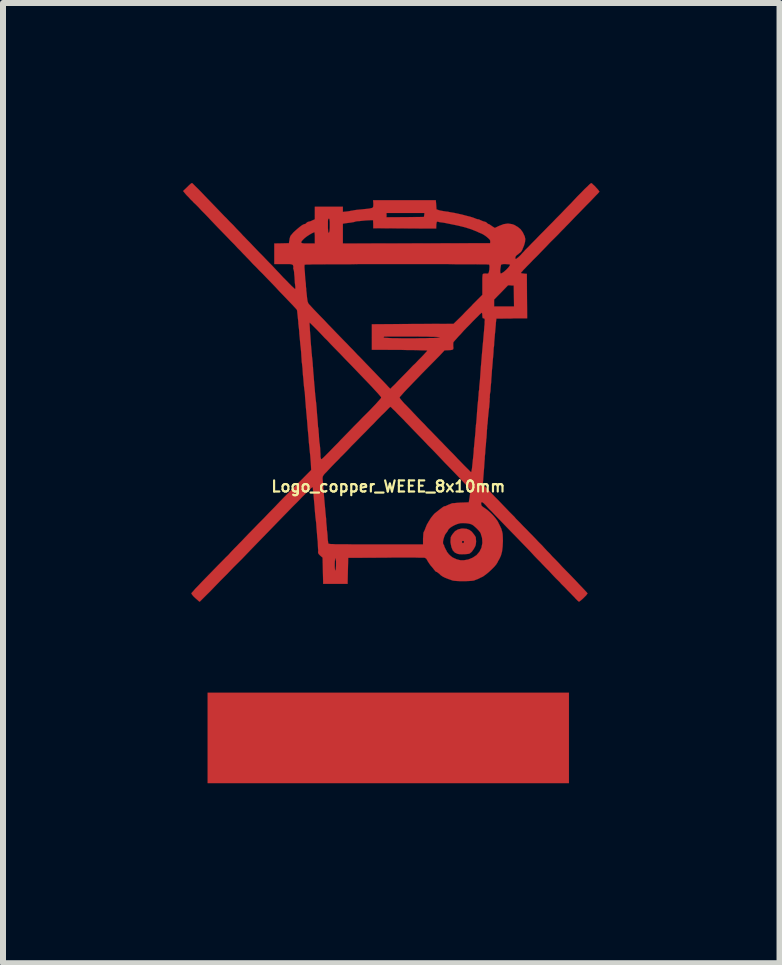
<source format=kicad_pcb>
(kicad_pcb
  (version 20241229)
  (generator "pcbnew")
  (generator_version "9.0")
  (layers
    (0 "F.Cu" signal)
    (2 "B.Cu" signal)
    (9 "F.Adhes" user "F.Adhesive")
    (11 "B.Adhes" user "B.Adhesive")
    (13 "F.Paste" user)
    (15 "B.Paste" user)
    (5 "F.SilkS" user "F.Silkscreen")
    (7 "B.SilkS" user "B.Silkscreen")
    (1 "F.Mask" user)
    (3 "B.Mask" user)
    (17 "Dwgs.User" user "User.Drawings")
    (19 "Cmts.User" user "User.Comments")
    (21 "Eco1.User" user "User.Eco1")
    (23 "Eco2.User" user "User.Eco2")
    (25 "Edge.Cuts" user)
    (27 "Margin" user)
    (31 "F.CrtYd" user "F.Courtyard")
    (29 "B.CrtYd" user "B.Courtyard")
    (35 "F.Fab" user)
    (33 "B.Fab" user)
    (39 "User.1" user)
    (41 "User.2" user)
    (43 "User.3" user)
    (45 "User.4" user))
  (footprint "Logo_copper_WEEE_8x10mm"
    (layer "F.Cu")
    (at 3.42 5.056)
    (property "Reference" "Logo_copper_WEEE_8x10mm" (at 0 0 0) (layer "F.SilkS") (effects (font (size 0.185 0.185) (thickness 0.036))))
    (attr exclude_from_pos_files exclude_from_bom)
    (fp_poly (pts (xy 3.01 4.943) (xy 0 4.943) (xy -3.01 4.943) (xy -3.01 4.188) (xy -3.01 3.437) (xy 0 3.437) (xy 3.01 3.437) (xy 3.01 4.188) (xy 3.01 4.943)) (stroke (width 0.003) (type solid)) (fill yes) (layer "F.Cu"))
    (fp_poly (pts (xy 1.463 0.914) (xy 1.46 0.953) (xy 1.455 0.98) (xy 1.443 1.008) (xy 1.422 1.044) (xy 1.392 1.087) (xy 1.364 1.11) (xy 1.349 1.12) (xy 1.318 1.125) (xy 1.278 1.128) (xy 1.262 1.128) (xy 1.262 0.917) (xy 1.252 0.907) (xy 1.237 0.907) (xy 1.232 0.909) (xy 1.227 0.927) (xy 1.234 0.94) (xy 1.245 0.945) (xy 1.257 0.937) (xy 1.26 0.932) (xy 1.262 0.917) (xy 1.262 1.128) (xy 1.229 1.13) (xy 1.186 1.128) (xy 1.156 1.123) (xy 1.11 1.102) (xy 1.074 1.064) (xy 1.052 1.011) (xy 1.039 0.945) (xy 1.036 0.914) (xy 1.039 0.874) (xy 1.041 0.846) (xy 1.054 0.82) (xy 1.072 0.792) (xy 1.113 0.744) (xy 1.161 0.716) (xy 1.222 0.701) (xy 1.25 0.701) (xy 1.306 0.706) (xy 1.351 0.724) (xy 1.392 0.754) (xy 1.422 0.792) (xy 1.445 0.823) (xy 1.458 0.848) (xy 1.46 0.876) (xy 1.463 0.914)) (stroke (width 0.003) (type solid)) (fill yes) (layer "F.Cu"))
    (fp_poly (pts (xy 3.518 -4.912) (xy 3.51 -4.902) (xy 3.49 -4.879) (xy 3.457 -4.846) (xy 3.416 -4.803) (xy 3.368 -4.752) (xy 3.315 -4.699) (xy 3.297 -4.681) (xy 3.236 -4.618) (xy 3.172 -4.552) (xy 3.109 -4.488) (xy 3.051 -4.427) (xy 3.002 -4.376) (xy 2.964 -4.338) (xy 2.931 -4.303) (xy 2.885 -4.257) (xy 2.83 -4.199) (xy 2.766 -4.135) (xy 2.697 -4.067) (xy 2.629 -3.995) (xy 2.56 -3.924) (xy 2.479 -3.84) (xy 2.41 -3.772) (xy 2.357 -3.716) (xy 2.311 -3.67) (xy 2.278 -3.635) (xy 2.25 -3.607) (xy 2.233 -3.586) (xy 2.22 -3.574) (xy 2.215 -3.566) (xy 2.21 -3.559) (xy 2.212 -3.556) (xy 2.225 -3.551) (xy 2.253 -3.548) (xy 2.263 -3.546) (xy 2.309 -3.543) (xy 2.311 -3.172) (xy 2.314 -2.802) (xy 2.095 -2.802) (xy 2.095 -3) (xy 2.093 -3.172) (xy 2.09 -3.348) (xy 2.045 -3.35) (xy 2.029 -3.353) (xy 2.029 -3.691) (xy 2.029 -3.693) (xy 2.017 -3.701) (xy 1.989 -3.703) (xy 1.956 -3.706) (xy 1.92 -3.706) (xy 1.892 -3.701) (xy 1.882 -3.698) (xy 1.877 -3.686) (xy 1.872 -3.658) (xy 1.867 -3.625) (xy 1.864 -3.592) (xy 1.867 -3.564) (xy 1.867 -3.559) (xy 1.875 -3.548) (xy 1.895 -3.556) (xy 1.925 -3.576) (xy 1.963 -3.609) (xy 1.971 -3.617) (xy 1.999 -3.647) (xy 2.019 -3.673) (xy 2.029 -3.691) (xy 2.029 -3.353) (xy 1.996 -3.353) (xy 1.88 -3.233) (xy 1.763 -3.114) (xy 1.763 -3.056) (xy 1.763 -3) (xy 1.93 -3) (xy 2.095 -3) (xy 2.095 -2.802) (xy 2.057 -2.799) (xy 1.801 -2.797) (xy 1.793 -2.728) (xy 1.791 -2.692) (xy 1.786 -2.639) (xy 1.781 -2.581) (xy 1.775 -2.522) (xy 1.775 -2.515) (xy 1.77 -2.459) (xy 1.765 -2.403) (xy 1.763 -2.355) (xy 1.76 -2.324) (xy 1.758 -2.319) (xy 1.755 -2.286) (xy 1.753 -2.235) (xy 1.748 -2.174) (xy 1.742 -2.111) (xy 1.737 -2.045) (xy 1.732 -1.986) (xy 1.727 -1.938) (xy 1.727 -1.935) (xy 1.725 -1.902) (xy 1.722 -1.854) (xy 1.717 -1.796) (xy 1.714 -1.735) (xy 1.712 -1.72) (xy 1.707 -1.664) (xy 1.704 -1.618) (xy 1.702 -1.582) (xy 1.699 -1.572) (xy 1.699 -4.079) (xy 1.697 -4.1) (xy 1.684 -4.12) (xy 1.656 -4.145) (xy 1.651 -4.15) (xy 1.618 -4.176) (xy 1.582 -4.199) (xy 1.56 -4.211) (xy 1.521 -4.227) (xy 1.483 -4.244) (xy 1.478 -4.247) (xy 1.384 -4.285) (xy 1.28 -4.318) (xy 1.158 -4.348) (xy 1.021 -4.376) (xy 0.942 -4.392) (xy 0.897 -4.399) (xy 0.856 -4.404) (xy 0.828 -4.412) (xy 0.818 -4.412) (xy 0.81 -4.412) (xy 0.805 -4.397) (xy 0.8 -4.366) (xy 0.8 -4.356) (xy 0.798 -4.298) (xy 0.602 -4.298) (xy 0.602 -4.557) (xy 0.284 -4.557) (xy -0.03 -4.557) (xy -0.03 -4.521) (xy -0.03 -4.486) (xy 0.282 -4.488) (xy 0.594 -4.491) (xy 0.599 -4.524) (xy 0.602 -4.557) (xy 0.602 -4.298) (xy 0.272 -4.3) (xy -0.251 -4.303) (xy -0.251 -4.371) (xy -0.254 -4.437) (xy -0.295 -4.437) (xy -0.338 -4.435) (xy -0.386 -4.432) (xy -0.437 -4.427) (xy -0.483 -4.422) (xy -0.521 -4.42) (xy -0.546 -4.415) (xy -0.554 -4.412) (xy -0.569 -4.407) (xy -0.599 -4.402) (xy -0.627 -4.397) (xy -0.668 -4.392) (xy -0.706 -4.387) (xy -0.724 -4.384) (xy -0.757 -4.379) (xy -0.757 -4.214) (xy -0.757 -4.049) (xy 0.467 -4.051) (xy 1.697 -4.054) (xy 1.699 -4.079) (xy 1.699 -1.572) (xy 1.697 -1.56) (xy 1.697 -1.557) (xy 1.694 -1.544) (xy 1.692 -1.516) (xy 1.692 -1.478) (xy 1.689 -1.466) (xy 1.689 -1.417) (xy 1.687 -1.4) (xy 1.687 -3.663) (xy 1.684 -3.688) (xy 1.679 -3.698) (xy 1.666 -3.698) (xy 1.636 -3.701) (xy 1.585 -3.701) (xy 1.519 -3.701) (xy 1.438 -3.703) (xy 1.344 -3.703) (xy 1.237 -3.703) (xy 1.12 -3.703) (xy 0.993 -3.706) (xy 0.856 -3.706) (xy 0.714 -3.706) (xy 0.566 -3.706) (xy 0.417 -3.706) (xy 0.262 -3.706) (xy 0.107 -3.706) (xy -0.046 -3.706) (xy -0.198 -3.706) (xy -0.348 -3.706) (xy -0.493 -3.706) (xy -0.632 -3.703) (xy -0.765 -3.703) (xy -0.886 -3.703) (xy -0.975 -3.703) (xy -0.975 -4.351) (xy -0.975 -4.402) (xy -0.978 -4.435) (xy -0.98 -4.455) (xy -0.986 -4.463) (xy -0.991 -4.463) (xy -0.998 -4.46) (xy -1.003 -4.448) (xy -1.006 -4.425) (xy -1.006 -4.384) (xy -1.006 -4.351) (xy -1.006 -4.305) (xy -1.003 -4.267) (xy -1.001 -4.242) (xy -1.001 -4.232) (xy -0.991 -4.229) (xy -0.983 -4.239) (xy -0.978 -4.267) (xy -0.975 -4.315) (xy -0.975 -4.351) (xy -0.975 -3.703) (xy -1.001 -3.703) (xy -1.102 -3.701) (xy -1.191 -3.701) (xy -1.224 -3.701) (xy -1.224 -4.049) (xy -1.224 -4.143) (xy -1.224 -4.183) (xy -1.227 -4.214) (xy -1.229 -4.234) (xy -1.232 -4.237) (xy -1.252 -4.229) (xy -1.283 -4.214) (xy -1.321 -4.191) (xy -1.359 -4.166) (xy -1.392 -4.14) (xy -1.4 -4.133) (xy -1.433 -4.1) (xy -1.45 -4.077) (xy -1.45 -4.061) (xy -1.435 -4.054) (xy -1.402 -4.049) (xy -1.349 -4.049) (xy -1.339 -4.049) (xy -1.224 -4.049) (xy -1.224 -3.701) (xy -1.267 -3.701) (xy -1.326 -3.698) (xy -1.367 -3.698) (xy -1.392 -3.696) (xy -1.394 -3.696) (xy -1.397 -3.683) (xy -1.397 -3.653) (xy -1.394 -3.607) (xy -1.389 -3.553) (xy -1.387 -3.505) (xy -1.382 -3.442) (xy -1.374 -3.381) (xy -1.372 -3.327) (xy -1.367 -3.287) (xy -1.367 -3.269) (xy -1.359 -3.2) (xy -1.354 -3.147) (xy -1.349 -3.109) (xy -1.344 -3.081) (xy -1.336 -3.061) (xy -1.328 -3.045) (xy -1.318 -3.033) (xy -1.303 -3.018) (xy -1.278 -2.99) (xy -1.24 -2.949) (xy -1.191 -2.898) (xy -1.135 -2.84) (xy -1.072 -2.776) (xy -1.006 -2.705) (xy -0.937 -2.634) (xy -0.866 -2.56) (xy -0.795 -2.487) (xy -0.726 -2.416) (xy -0.693 -2.383) (xy -0.645 -2.332) (xy -0.594 -2.281) (xy -0.549 -2.233) (xy -0.511 -2.192) (xy -0.485 -2.167) (xy -0.437 -2.118) (xy -0.384 -2.062) (xy -0.328 -2.004) (xy -0.272 -1.946) (xy -0.213 -1.885) (xy -0.157 -1.826) (xy -0.107 -1.775) (xy -0.061 -1.727) (xy -0.025 -1.689) (xy 0 -1.661) (xy 0.015 -1.646) (xy 0.018 -1.643) (xy 0.03 -1.631) (xy 0.033 -1.628) (xy 0.043 -1.636) (xy 0.061 -1.656) (xy 0.091 -1.684) (xy 0.127 -1.72) (xy 0.145 -1.74) (xy 0.185 -1.781) (xy 0.234 -1.831) (xy 0.292 -1.89) (xy 0.351 -1.951) (xy 0.411 -2.014) (xy 0.452 -2.052) (xy 0.503 -2.106) (xy 0.551 -2.154) (xy 0.592 -2.197) (xy 0.622 -2.23) (xy 0.643 -2.253) (xy 0.65 -2.263) (xy 0.643 -2.266) (xy 0.612 -2.268) (xy 0.564 -2.268) (xy 0.5 -2.271) (xy 0.419 -2.273) (xy 0.323 -2.273) (xy 0.211 -2.276) (xy 0.188 -2.276) (xy -0.274 -2.278) (xy -0.274 -2.492) (xy -0.274 -2.703) (xy 0.406 -2.708) (xy 1.087 -2.71) (xy 1.163 -2.784) (xy 1.194 -2.814) (xy 1.237 -2.857) (xy 1.285 -2.908) (xy 1.339 -2.962) (xy 1.392 -3.015) (xy 1.402 -3.028) (xy 1.567 -3.193) (xy 1.567 -3.365) (xy 1.567 -3.429) (xy 1.567 -3.475) (xy 1.57 -3.508) (xy 1.572 -3.526) (xy 1.575 -3.538) (xy 1.582 -3.543) (xy 1.59 -3.546) (xy 1.613 -3.548) (xy 1.623 -3.548) (xy 1.651 -3.546) (xy 1.669 -3.553) (xy 1.676 -3.574) (xy 1.684 -3.609) (xy 1.684 -3.619) (xy 1.687 -3.663) (xy 1.687 -1.4) (xy 1.684 -1.367) (xy 1.681 -1.328) (xy 1.681 -1.326) (xy 1.676 -1.288) (xy 1.671 -1.24) (xy 1.666 -1.189) (xy 1.661 -1.143) (xy 1.659 -1.105) (xy 1.656 -1.077) (xy 1.656 -1.074) (xy 1.654 -1.049) (xy 1.648 -1.011) (xy 1.646 -0.965) (xy 1.643 -0.932) (xy 1.641 -0.884) (xy 1.638 -0.841) (xy 1.636 -0.805) (xy 1.633 -0.792) (xy 1.631 -0.767) (xy 1.628 -0.726) (xy 1.626 -0.693) (xy 1.623 -0.665) (xy 1.618 -0.62) (xy 1.615 -0.561) (xy 1.608 -0.493) (xy 1.608 -0.465) (xy 1.608 -2.774) (xy 1.605 -2.789) (xy 1.6 -2.797) (xy 1.595 -2.802) (xy 1.587 -2.802) (xy 1.575 -2.804) (xy 1.57 -2.817) (xy 1.567 -2.842) (xy 1.567 -2.85) (xy 1.565 -2.878) (xy 1.56 -2.893) (xy 1.557 -2.896) (xy 1.547 -2.888) (xy 1.524 -2.868) (xy 1.494 -2.837) (xy 1.453 -2.797) (xy 1.407 -2.751) (xy 1.359 -2.7) (xy 1.308 -2.649) (xy 1.257 -2.596) (xy 1.212 -2.545) (xy 1.168 -2.499) (xy 1.133 -2.459) (xy 1.105 -2.428) (xy 1.09 -2.41) (xy 1.085 -2.405) (xy 1.082 -2.38) (xy 1.082 -2.347) (xy 1.082 -2.339) (xy 1.085 -2.311) (xy 1.082 -2.289) (xy 1.079 -2.286) (xy 1.067 -2.278) (xy 1.039 -2.273) (xy 1.006 -2.271) (xy 0.937 -2.268) (xy 0.859 -2.184) (xy 0.859 -2.484) (xy 0.853 -2.487) (xy 0.838 -2.489) (xy 0.81 -2.492) (xy 0.772 -2.494) (xy 0.719 -2.494) (xy 0.648 -2.497) (xy 0.561 -2.497) (xy 0.457 -2.499) (xy 0.396 -2.499) (xy 0.302 -2.499) (xy 0.213 -2.499) (xy 0.132 -2.499) (xy 0.061 -2.499) (xy 0.003 -2.499) (xy -0.038 -2.497) (xy -0.064 -2.497) (xy -0.069 -2.497) (xy -0.079 -2.487) (xy -0.076 -2.482) (xy -0.066 -2.479) (xy -0.036 -2.477) (xy 0.008 -2.474) (xy 0.066 -2.471) (xy 0.132 -2.471) (xy 0.208 -2.469) (xy 0.292 -2.469) (xy 0.376 -2.469) (xy 0.46 -2.469) (xy 0.544 -2.471) (xy 0.622 -2.471) (xy 0.693 -2.474) (xy 0.754 -2.474) (xy 0.803 -2.477) (xy 0.838 -2.479) (xy 0.856 -2.482) (xy 0.859 -2.484) (xy 0.859 -2.184) (xy 0.564 -1.885) (xy 0.493 -1.811) (xy 0.424 -1.74) (xy 0.363 -1.676) (xy 0.307 -1.618) (xy 0.262 -1.57) (xy 0.226 -1.529) (xy 0.201 -1.501) (xy 0.188 -1.486) (xy 0.193 -1.471) (xy 0.213 -1.445) (xy 0.241 -1.412) (xy 0.277 -1.372) (xy 0.287 -1.364) (xy 0.323 -1.326) (xy 0.368 -1.28) (xy 0.422 -1.222) (xy 0.48 -1.161) (xy 0.541 -1.097) (xy 0.602 -1.036) (xy 0.658 -0.975) (xy 0.714 -0.919) (xy 0.765 -0.866) (xy 0.81 -0.82) (xy 0.846 -0.782) (xy 0.869 -0.759) (xy 0.871 -0.757) (xy 0.894 -0.734) (xy 0.927 -0.699) (xy 0.97 -0.655) (xy 1.021 -0.602) (xy 1.077 -0.546) (xy 1.135 -0.485) (xy 1.151 -0.467) (xy 1.206 -0.411) (xy 1.257 -0.358) (xy 1.3 -0.315) (xy 1.339 -0.277) (xy 1.364 -0.251) (xy 1.379 -0.239) (xy 1.379 -0.236) (xy 1.384 -0.246) (xy 1.389 -0.272) (xy 1.394 -0.297) (xy 1.4 -0.353) (xy 1.407 -0.422) (xy 1.415 -0.495) (xy 1.422 -0.566) (xy 1.425 -0.627) (xy 1.43 -0.671) (xy 1.435 -0.726) (xy 1.44 -0.782) (xy 1.443 -0.808) (xy 1.448 -0.864) (xy 1.453 -0.919) (xy 1.455 -0.968) (xy 1.458 -0.986) (xy 1.46 -1.019) (xy 1.466 -1.067) (xy 1.471 -1.128) (xy 1.476 -1.191) (xy 1.478 -1.229) (xy 1.483 -1.293) (xy 1.488 -1.356) (xy 1.494 -1.412) (xy 1.499 -1.455) (xy 1.499 -1.473) (xy 1.504 -1.519) (xy 1.506 -1.562) (xy 1.509 -1.587) (xy 1.514 -1.615) (xy 1.516 -1.659) (xy 1.521 -1.712) (xy 1.527 -1.768) (xy 1.527 -1.77) (xy 1.534 -1.869) (xy 1.542 -1.984) (xy 1.552 -2.103) (xy 1.562 -2.223) (xy 1.572 -2.337) (xy 1.582 -2.441) (xy 1.587 -2.502) (xy 1.595 -2.588) (xy 1.6 -2.657) (xy 1.605 -2.708) (xy 1.605 -2.746) (xy 1.608 -2.774) (xy 1.608 -0.465) (xy 1.603 -0.414) (xy 1.598 -0.335) (xy 1.598 -0.333) (xy 1.575 -0.041) (xy 1.608 -0.003) (xy 1.623 0.013) (xy 1.654 0.043) (xy 1.692 0.084) (xy 1.737 0.132) (xy 1.788 0.185) (xy 1.844 0.241) (xy 1.847 0.244) (xy 1.902 0.302) (xy 1.961 0.363) (xy 2.014 0.419) (xy 2.062 0.467) (xy 2.103 0.508) (xy 2.126 0.536) (xy 2.156 0.566) (xy 2.197 0.607) (xy 2.245 0.658) (xy 2.301 0.714) (xy 2.357 0.772) (xy 2.393 0.808) (xy 2.449 0.866) (xy 2.504 0.925) (xy 2.56 0.98) (xy 2.606 1.031) (xy 2.644 1.072) (xy 2.662 1.09) (xy 2.692 1.12) (xy 2.733 1.166) (xy 2.784 1.217) (xy 2.84 1.275) (xy 2.896 1.336) (xy 2.941 1.382) (xy 3.038 1.481) (xy 3.119 1.565) (xy 3.185 1.636) (xy 3.239 1.692) (xy 3.279 1.735) (xy 3.305 1.763) (xy 3.317 1.778) (xy 3.32 1.781) (xy 3.312 1.793) (xy 3.297 1.814) (xy 3.272 1.839) (xy 3.244 1.867) (xy 3.216 1.892) (xy 3.193 1.91) (xy 3.178 1.92) (xy 3.167 1.913) (xy 3.147 1.895) (xy 3.119 1.867) (xy 3.104 1.849) (xy 3.076 1.821) (xy 3.04 1.783) (xy 2.992 1.735) (xy 2.941 1.681) (xy 2.885 1.626) (xy 2.85 1.587) (xy 2.791 1.529) (xy 2.733 1.468) (xy 2.68 1.41) (xy 2.629 1.359) (xy 2.588 1.316) (xy 2.57 1.298) (xy 2.537 1.262) (xy 2.489 1.214) (xy 2.433 1.156) (xy 2.37 1.087) (xy 2.299 1.013) (xy 2.223 0.935) (xy 2.144 0.853) (xy 2.065 0.772) (xy 1.986 0.691) (xy 1.913 0.615) (xy 1.844 0.544) (xy 1.819 0.518) (xy 1.77 0.467) (xy 1.725 0.419) (xy 1.681 0.376) (xy 1.646 0.338) (xy 1.623 0.312) (xy 1.59 0.279) (xy 1.565 0.262) (xy 1.552 0.262) (xy 1.547 0.279) (xy 1.547 0.292) (xy 1.552 0.315) (xy 1.567 0.333) (xy 1.593 0.351) (xy 1.603 0.358) (xy 1.648 0.389) (xy 1.697 0.432) (xy 1.745 0.48) (xy 1.788 0.531) (xy 1.821 0.577) (xy 1.829 0.592) (xy 1.859 0.653) (xy 1.882 0.701) (xy 1.895 0.744) (xy 1.905 0.79) (xy 1.908 0.841) (xy 1.91 0.904) (xy 1.91 0.912) (xy 1.905 1.006) (xy 1.895 1.085) (xy 1.877 1.151) (xy 1.852 1.206) (xy 1.847 1.214) (xy 1.829 1.245) (xy 1.819 1.267) (xy 1.798 1.3) (xy 1.765 1.339) (xy 1.722 1.382) (xy 1.676 1.425) (xy 1.626 1.466) (xy 1.58 1.499) (xy 1.567 1.506) (xy 1.567 0.927) (xy 1.565 0.889) (xy 1.562 0.856) (xy 1.557 0.838) (xy 1.547 0.808) (xy 1.542 0.787) (xy 1.532 0.767) (xy 1.509 0.737) (xy 1.478 0.704) (xy 1.445 0.673) (xy 1.415 0.648) (xy 1.394 0.635) (xy 1.372 0.627) (xy 1.369 0.625) (xy 1.369 0.066) (xy 1.369 0.061) (xy 1.367 0.053) (xy 1.359 0.046) (xy 1.349 0.033) (xy 1.336 0.015) (xy 1.316 -0.005) (xy 1.288 -0.036) (xy 1.255 -0.071) (xy 1.212 -0.117) (xy 1.161 -0.17) (xy 1.1 -0.234) (xy 1.026 -0.31) (xy 0.942 -0.396) (xy 0.846 -0.498) (xy 0.737 -0.612) (xy 0.663 -0.686) (xy 0.584 -0.77) (xy 0.5 -0.856) (xy 0.419 -0.94) (xy 0.343 -1.019) (xy 0.277 -1.087) (xy 0.264 -1.102) (xy 0.208 -1.158) (xy 0.157 -1.209) (xy 0.114 -1.255) (xy 0.076 -1.29) (xy 0.051 -1.316) (xy 0.036 -1.326) (xy 0.033 -1.328) (xy 0.025 -1.321) (xy 0.003 -1.3) (xy -0.028 -1.267) (xy -0.071 -1.224) (xy -0.119 -1.179) (xy -0.119 -1.483) (xy -0.124 -1.494) (xy -0.145 -1.519) (xy -0.178 -1.557) (xy -0.221 -1.603) (xy -0.272 -1.659) (xy -0.33 -1.72) (xy -0.378 -1.77) (xy -0.503 -1.9) (xy -0.615 -2.017) (xy -0.714 -2.118) (xy -0.803 -2.212) (xy -0.884 -2.294) (xy -0.955 -2.367) (xy -1.019 -2.436) (xy -1.059 -2.474) (xy -1.125 -2.545) (xy -1.179 -2.601) (xy -1.222 -2.644) (xy -1.255 -2.677) (xy -1.278 -2.7) (xy -1.293 -2.715) (xy -1.303 -2.725) (xy -1.308 -2.728) (xy -1.311 -2.728) (xy -1.313 -2.718) (xy -1.311 -2.69) (xy -1.308 -2.649) (xy -1.306 -2.601) (xy -1.298 -2.499) (xy -1.293 -2.418) (xy -1.288 -2.352) (xy -1.283 -2.299) (xy -1.28 -2.261) (xy -1.278 -2.23) (xy -1.275 -2.205) (xy -1.273 -2.187) (xy -1.273 -2.179) (xy -1.27 -2.151) (xy -1.265 -2.108) (xy -1.26 -2.055) (xy -1.257 -1.999) (xy -1.255 -1.991) (xy -1.252 -1.933) (xy -1.247 -1.877) (xy -1.242 -1.826) (xy -1.24 -1.791) (xy -1.234 -1.714) (xy -1.227 -1.643) (xy -1.222 -1.577) (xy -1.217 -1.519) (xy -1.212 -1.476) (xy -1.209 -1.448) (xy -1.209 -1.445) (xy -1.206 -1.422) (xy -1.201 -1.379) (xy -1.196 -1.323) (xy -1.191 -1.26) (xy -1.186 -1.186) (xy -1.179 -1.113) (xy -1.176 -1.074) (xy -1.173 -1.031) (xy -1.171 -0.993) (xy -1.166 -0.97) (xy -1.163 -0.945) (xy -1.161 -0.907) (xy -1.156 -0.861) (xy -1.156 -0.846) (xy -1.153 -0.792) (xy -1.148 -0.737) (xy -1.14 -0.688) (xy -1.14 -0.681) (xy -1.135 -0.632) (xy -1.133 -0.577) (xy -1.13 -0.541) (xy -1.13 -0.498) (xy -1.125 -0.47) (xy -1.118 -0.457) (xy -1.11 -0.455) (xy -1.102 -0.462) (xy -1.079 -0.483) (xy -1.046 -0.516) (xy -1.003 -0.559) (xy -0.953 -0.61) (xy -0.897 -0.668) (xy -0.833 -0.732) (xy -0.803 -0.765) (xy -0.729 -0.841) (xy -0.65 -0.922) (xy -0.572 -1.003) (xy -0.493 -1.082) (xy -0.422 -1.156) (xy -0.358 -1.219) (xy -0.31 -1.267) (xy -0.257 -1.323) (xy -0.208 -1.374) (xy -0.17 -1.417) (xy -0.14 -1.45) (xy -0.122 -1.473) (xy -0.119 -1.483) (xy -0.119 -1.179) (xy -0.124 -1.173) (xy -0.183 -1.113) (xy -0.246 -1.046) (xy -0.3 -0.993) (xy -0.376 -0.914) (xy -0.457 -0.833) (xy -0.536 -0.752) (xy -0.615 -0.673) (xy -0.686 -0.597) (xy -0.749 -0.533) (xy -0.803 -0.48) (xy -0.815 -0.465) (xy -0.886 -0.394) (xy -0.945 -0.333) (xy -0.991 -0.284) (xy -1.026 -0.246) (xy -1.054 -0.218) (xy -1.074 -0.196) (xy -1.085 -0.178) (xy -1.092 -0.163) (xy -1.095 -0.152) (xy -1.095 -0.14) (xy -1.095 -0.127) (xy -1.095 -0.124) (xy -1.092 -0.097) (xy -1.087 -0.051) (xy -1.085 0) (xy -1.079 0.056) (xy -1.079 0.061) (xy -1.069 0.188) (xy -1.057 0.32) (xy -1.044 0.465) (xy -1.036 0.538) (xy -1.034 0.592) (xy -1.029 0.645) (xy -1.024 0.693) (xy -1.024 0.711) (xy -1.019 0.754) (xy -1.013 0.808) (xy -1.011 0.851) (xy -1.008 0.892) (xy -1.003 0.925) (xy -1.001 0.945) (xy -1.001 0.947) (xy -0.998 0.95) (xy -0.993 0.953) (xy -0.986 0.955) (xy -0.97 0.958) (xy -0.95 0.96) (xy -0.922 0.96) (xy -0.884 0.963) (xy -0.833 0.963) (xy -0.772 0.963) (xy -0.696 0.963) (xy -0.607 0.965) (xy -0.5 0.965) (xy -0.376 0.965) (xy -0.234 0.965) (xy -0.206 0.965) (xy 0.579 0.965) (xy 0.579 0.869) (xy 0.582 0.826) (xy 0.584 0.79) (xy 0.587 0.767) (xy 0.589 0.762) (xy 0.597 0.747) (xy 0.61 0.719) (xy 0.622 0.686) (xy 0.643 0.635) (xy 0.676 0.579) (xy 0.711 0.523) (xy 0.747 0.478) (xy 0.77 0.452) (xy 0.805 0.424) (xy 0.843 0.394) (xy 0.879 0.366) (xy 0.907 0.345) (xy 0.927 0.333) (xy 0.932 0.33) (xy 0.95 0.328) (xy 0.963 0.323) (xy 0.996 0.307) (xy 1.039 0.29) (xy 1.052 0.284) (xy 1.069 0.279) (xy 1.105 0.277) (xy 1.151 0.272) (xy 1.201 0.269) (xy 1.206 0.269) (xy 1.341 0.264) (xy 1.356 0.175) (xy 1.361 0.132) (xy 1.367 0.094) (xy 1.369 0.069) (xy 1.369 0.066) (xy 1.369 0.625) (xy 1.333 0.617) (xy 1.29 0.612) (xy 1.288 0.612) (xy 1.242 0.61) (xy 1.204 0.612) (xy 1.168 0.62) (xy 1.146 0.627) (xy 1.107 0.643) (xy 1.069 0.663) (xy 1.034 0.686) (xy 1.008 0.709) (xy 0.996 0.726) (xy 0.996 0.729) (xy 0.988 0.744) (xy 0.973 0.765) (xy 0.968 0.772) (xy 0.947 0.8) (xy 0.932 0.838) (xy 0.919 0.879) (xy 0.912 0.917) (xy 0.912 0.95) (xy 0.922 0.968) (xy 0.922 0.97) (xy 0.932 0.986) (xy 0.932 0.996) (xy 0.94 1.013) (xy 0.953 1.041) (xy 0.973 1.077) (xy 0.975 1.085) (xy 1.008 1.128) (xy 1.039 1.158) (xy 1.074 1.184) (xy 1.14 1.214) (xy 1.201 1.229) (xy 1.262 1.229) (xy 1.333 1.217) (xy 1.407 1.186) (xy 1.471 1.143) (xy 1.519 1.087) (xy 1.552 1.021) (xy 1.567 0.945) (xy 1.567 0.927) (xy 1.567 1.506) (xy 1.544 1.516) (xy 1.499 1.539) (xy 1.46 1.554) (xy 1.427 1.567) (xy 1.392 1.572) (xy 1.349 1.575) (xy 1.293 1.577) (xy 1.252 1.577) (xy 1.189 1.577) (xy 1.143 1.575) (xy 1.105 1.572) (xy 1.072 1.567) (xy 1.036 1.554) (xy 0.993 1.539) (xy 0.942 1.519) (xy 0.907 1.501) (xy 0.871 1.476) (xy 0.856 1.46) (xy 0.831 1.44) (xy 0.81 1.425) (xy 0.8 1.422) (xy 0.787 1.415) (xy 0.77 1.394) (xy 0.765 1.389) (xy 0.744 1.361) (xy 0.716 1.328) (xy 0.709 1.321) (xy 0.683 1.285) (xy 0.658 1.247) (xy 0.653 1.237) (xy 0.635 1.206) (xy 0.612 1.189) (xy 0.61 1.189) (xy 0.594 1.186) (xy 0.561 1.186) (xy 0.511 1.186) (xy 0.445 1.184) (xy 0.366 1.184) (xy 0.277 1.184) (xy 0.178 1.184) (xy 0.071 1.184) (xy -0.041 1.186) (xy -0.668 1.189) (xy -0.673 1.407) (xy -0.678 1.623) (xy -0.871 1.623) (xy -0.871 1.298) (xy -0.871 1.25) (xy -0.876 1.214) (xy -0.879 1.196) (xy -0.881 1.194) (xy -0.886 1.204) (xy -0.889 1.229) (xy -0.892 1.273) (xy -0.892 1.298) (xy -0.892 1.346) (xy -0.889 1.379) (xy -0.884 1.4) (xy -0.881 1.4) (xy -0.876 1.389) (xy -0.874 1.364) (xy -0.871 1.321) (xy -0.871 1.298) (xy -0.871 1.623) (xy -0.881 1.623) (xy -1.085 1.623) (xy -1.09 1.405) (xy -1.095 1.186) (xy -1.135 1.151) (xy -1.158 1.128) (xy -1.168 1.11) (xy -1.171 1.087) (xy -1.168 1.085) (xy -1.168 1.064) (xy -1.171 1.029) (xy -1.173 0.978) (xy -1.176 0.914) (xy -1.184 0.843) (xy -1.189 0.77) (xy -1.196 0.691) (xy -1.201 0.615) (xy -1.209 0.546) (xy -1.214 0.508) (xy -1.219 0.457) (xy -1.224 0.394) (xy -1.229 0.325) (xy -1.234 0.274) (xy -1.242 0.183) (xy -1.247 0.112) (xy -1.255 0.058) (xy -1.257 0.025) (xy -1.262 0.01) (xy -1.267 0.013) (xy -1.283 0.025) (xy -1.306 0.048) (xy -1.341 0.081) (xy -1.387 0.127) (xy -1.443 0.183) (xy -1.511 0.254) (xy -1.593 0.335) (xy -1.687 0.432) (xy -1.781 0.528) (xy -1.966 0.719) (xy -2.139 0.897) (xy -2.299 1.062) (xy -2.443 1.212) (xy -2.578 1.346) (xy -2.695 1.468) (xy -2.802 1.575) (xy -2.893 1.669) (xy -2.969 1.748) (xy -3.033 1.811) (xy -3.081 1.859) (xy -3.117 1.895) (xy -3.137 1.915) (xy -3.145 1.92) (xy -3.155 1.913) (xy -3.175 1.895) (xy -3.205 1.869) (xy -3.216 1.859) (xy -3.246 1.831) (xy -3.269 1.803) (xy -3.279 1.786) (xy -3.282 1.783) (xy -3.274 1.77) (xy -3.251 1.745) (xy -3.216 1.704) (xy -3.167 1.654) (xy -3.104 1.587) (xy -3.028 1.509) (xy -2.941 1.42) (xy -2.842 1.318) (xy -2.731 1.206) (xy -2.705 1.179) (xy -2.667 1.143) (xy -2.624 1.095) (xy -2.573 1.041) (xy -2.52 0.988) (xy -2.487 0.953) (xy -2.443 0.909) (xy -2.388 0.851) (xy -2.322 0.782) (xy -2.245 0.704) (xy -2.164 0.62) (xy -2.075 0.531) (xy -1.986 0.437) (xy -1.895 0.345) (xy -1.806 0.251) (xy -1.72 0.163) (xy -1.636 0.079) (xy -1.56 0.003) (xy -1.494 -0.064) (xy -1.471 -0.086) (xy -1.285 -0.274) (xy -1.29 -0.384) (xy -1.295 -0.442) (xy -1.3 -0.508) (xy -1.306 -0.566) (xy -1.308 -0.584) (xy -1.311 -0.617) (xy -1.316 -0.668) (xy -1.323 -0.732) (xy -1.328 -0.808) (xy -1.336 -0.892) (xy -1.344 -0.98) (xy -1.351 -1.072) (xy -1.359 -1.163) (xy -1.367 -1.25) (xy -1.374 -1.331) (xy -1.379 -1.4) (xy -1.384 -1.455) (xy -1.387 -1.494) (xy -1.389 -1.537) (xy -1.392 -1.575) (xy -1.397 -1.603) (xy -1.4 -1.628) (xy -1.405 -1.671) (xy -1.41 -1.727) (xy -1.415 -1.791) (xy -1.422 -1.857) (xy -1.427 -1.928) (xy -1.427 -1.93) (xy -1.43 -1.976) (xy -1.435 -2.019) (xy -1.438 -2.05) (xy -1.443 -2.083) (xy -1.445 -2.126) (xy -1.448 -2.164) (xy -1.45 -2.2) (xy -1.453 -2.245) (xy -1.458 -2.301) (xy -1.466 -2.367) (xy -1.473 -2.451) (xy -1.483 -2.55) (xy -1.483 -2.568) (xy -1.488 -2.624) (xy -1.496 -2.69) (xy -1.501 -2.758) (xy -1.506 -2.802) (xy -1.511 -2.852) (xy -1.516 -2.896) (xy -1.519 -2.929) (xy -1.524 -2.944) (xy -1.534 -2.957) (xy -1.554 -2.979) (xy -1.59 -3.018) (xy -1.633 -3.063) (xy -1.687 -3.119) (xy -1.748 -3.183) (xy -1.814 -3.251) (xy -1.882 -3.325) (xy -1.953 -3.399) (xy -2.027 -3.475) (xy -2.09 -3.541) (xy -2.149 -3.599) (xy -2.205 -3.658) (xy -2.256 -3.708) (xy -2.301 -3.757) (xy -2.334 -3.792) (xy -2.36 -3.818) (xy -2.362 -3.82) (xy -2.383 -3.843) (xy -2.416 -3.876) (xy -2.459 -3.922) (xy -2.51 -3.973) (xy -2.563 -4.031) (xy -2.621 -4.089) (xy -2.626 -4.094) (xy -2.692 -4.163) (xy -2.764 -4.237) (xy -2.835 -4.31) (xy -2.903 -4.381) (xy -2.964 -4.445) (xy -3.002 -4.486) (xy -3.056 -4.542) (xy -3.111 -4.597) (xy -3.162 -4.653) (xy -3.211 -4.702) (xy -3.249 -4.737) (xy -3.254 -4.745) (xy -3.294 -4.783) (xy -3.33 -4.823) (xy -3.363 -4.856) (xy -3.381 -4.877) (xy -3.419 -4.923) (xy -3.35 -4.989) (xy -3.32 -5.019) (xy -3.294 -5.042) (xy -3.277 -5.055) (xy -3.272 -5.055) (xy -3.261 -5.05) (xy -3.241 -5.029) (xy -3.208 -4.996) (xy -3.167 -4.956) (xy -3.122 -4.91) (xy -3.081 -4.867) (xy -3.02 -4.803) (xy -2.951 -4.732) (xy -2.875 -4.653) (xy -2.802 -4.577) (xy -2.731 -4.503) (xy -2.697 -4.47) (xy -2.642 -4.412) (xy -2.583 -4.354) (xy -2.532 -4.298) (xy -2.484 -4.249) (xy -2.446 -4.209) (xy -2.423 -4.183) (xy -2.395 -4.155) (xy -2.357 -4.115) (xy -2.309 -4.067) (xy -2.256 -4.011) (xy -2.2 -3.952) (xy -2.149 -3.899) (xy -2.09 -3.84) (xy -2.035 -3.782) (xy -1.984 -3.729) (xy -1.935 -3.68) (xy -1.9 -3.642) (xy -1.877 -3.617) (xy -1.811 -3.548) (xy -1.753 -3.485) (xy -1.697 -3.429) (xy -1.648 -3.378) (xy -1.608 -3.338) (xy -1.577 -3.31) (xy -1.56 -3.294) (xy -1.554 -3.289) (xy -1.549 -3.299) (xy -1.549 -3.322) (xy -1.549 -3.33) (xy -1.552 -3.355) (xy -1.557 -3.396) (xy -1.56 -3.447) (xy -1.562 -3.487) (xy -1.567 -3.536) (xy -1.57 -3.576) (xy -1.575 -3.607) (xy -1.58 -3.619) (xy -1.585 -3.637) (xy -1.582 -3.647) (xy -1.582 -3.668) (xy -1.587 -3.686) (xy -1.593 -3.693) (xy -1.603 -3.698) (xy -1.618 -3.703) (xy -1.643 -3.706) (xy -1.681 -3.706) (xy -1.737 -3.706) (xy -1.75 -3.706) (xy -1.9 -3.706) (xy -1.9 -3.876) (xy -1.9 -4.049) (xy -1.778 -4.051) (xy -1.656 -4.054) (xy -1.648 -4.1) (xy -1.643 -4.135) (xy -1.633 -4.166) (xy -1.631 -4.173) (xy -1.61 -4.199) (xy -1.582 -4.232) (xy -1.544 -4.267) (xy -1.506 -4.3) (xy -1.468 -4.331) (xy -1.433 -4.356) (xy -1.407 -4.369) (xy -1.4 -4.371) (xy -1.379 -4.376) (xy -1.364 -4.392) (xy -1.344 -4.407) (xy -1.326 -4.412) (xy -1.306 -4.417) (xy -1.275 -4.427) (xy -1.265 -4.432) (xy -1.224 -4.453) (xy -1.224 -4.557) (xy -1.224 -4.661) (xy -0.991 -4.661) (xy -0.757 -4.661) (xy -0.757 -4.618) (xy -0.757 -4.575) (xy -0.691 -4.582) (xy -0.653 -4.587) (xy -0.615 -4.595) (xy -0.597 -4.597) (xy -0.574 -4.602) (xy -0.536 -4.608) (xy -0.488 -4.613) (xy -0.434 -4.618) (xy -0.419 -4.62) (xy -0.366 -4.625) (xy -0.32 -4.63) (xy -0.284 -4.638) (xy -0.264 -4.643) (xy -0.262 -4.643) (xy -0.251 -4.663) (xy -0.249 -4.702) (xy -0.249 -4.712) (xy -0.254 -4.77) (xy 0.269 -4.77) (xy 0.792 -4.77) (xy 0.798 -4.694) (xy 0.803 -4.618) (xy 0.848 -4.602) (xy 0.879 -4.595) (xy 0.925 -4.587) (xy 0.973 -4.58) (xy 0.983 -4.58) (xy 1.036 -4.569) (xy 1.097 -4.559) (xy 1.166 -4.544) (xy 1.234 -4.529) (xy 1.3 -4.511) (xy 1.361 -4.496) (xy 1.41 -4.481) (xy 1.445 -4.468) (xy 1.455 -4.463) (xy 1.478 -4.455) (xy 1.488 -4.453) (xy 1.509 -4.45) (xy 1.537 -4.437) (xy 1.549 -4.432) (xy 1.577 -4.42) (xy 1.603 -4.412) (xy 1.608 -4.412) (xy 1.628 -4.404) (xy 1.643 -4.392) (xy 1.661 -4.376) (xy 1.674 -4.371) (xy 1.687 -4.366) (xy 1.709 -4.351) (xy 1.727 -4.338) (xy 1.775 -4.308) (xy 1.844 -4.341) (xy 1.923 -4.371) (xy 1.994 -4.381) (xy 2.062 -4.371) (xy 2.098 -4.359) (xy 2.159 -4.323) (xy 2.205 -4.285) (xy 2.243 -4.232) (xy 2.25 -4.216) (xy 2.273 -4.168) (xy 2.283 -4.122) (xy 2.278 -4.072) (xy 2.261 -4.013) (xy 2.25 -3.988) (xy 2.233 -3.945) (xy 2.217 -3.917) (xy 2.197 -3.896) (xy 2.172 -3.879) (xy 2.172 -3.876) (xy 2.136 -3.851) (xy 2.118 -3.825) (xy 2.118 -3.797) (xy 2.121 -3.792) (xy 2.129 -3.79) (xy 2.141 -3.8) (xy 2.167 -3.82) (xy 2.202 -3.853) (xy 2.248 -3.904) (xy 2.25 -3.904) (xy 2.283 -3.942) (xy 2.332 -3.99) (xy 2.39 -4.051) (xy 2.454 -4.115) (xy 2.522 -4.186) (xy 2.593 -4.257) (xy 2.662 -4.328) (xy 2.733 -4.399) (xy 2.804 -4.473) (xy 2.873 -4.542) (xy 2.936 -4.608) (xy 2.995 -4.669) (xy 3.043 -4.717) (xy 3.078 -4.755) (xy 3.152 -4.834) (xy 3.218 -4.9) (xy 3.274 -4.958) (xy 3.32 -5.001) (xy 3.353 -5.034) (xy 3.376 -5.052) (xy 3.381 -5.055) (xy 3.393 -5.05) (xy 3.414 -5.029) (xy 3.442 -5.004) (xy 3.467 -4.976) (xy 3.493 -4.948) (xy 3.51 -4.925) (xy 3.518 -4.912)) (stroke (width 0.003) (type solid)) (fill yes) (layer "F.Cu")))
  (gr_rect
    (start -3 -3)
    (end 9.939 13)
    (stroke (width 0.1) (type default))
    (fill no)
    (layer "Edge.Cuts")))
</source>
